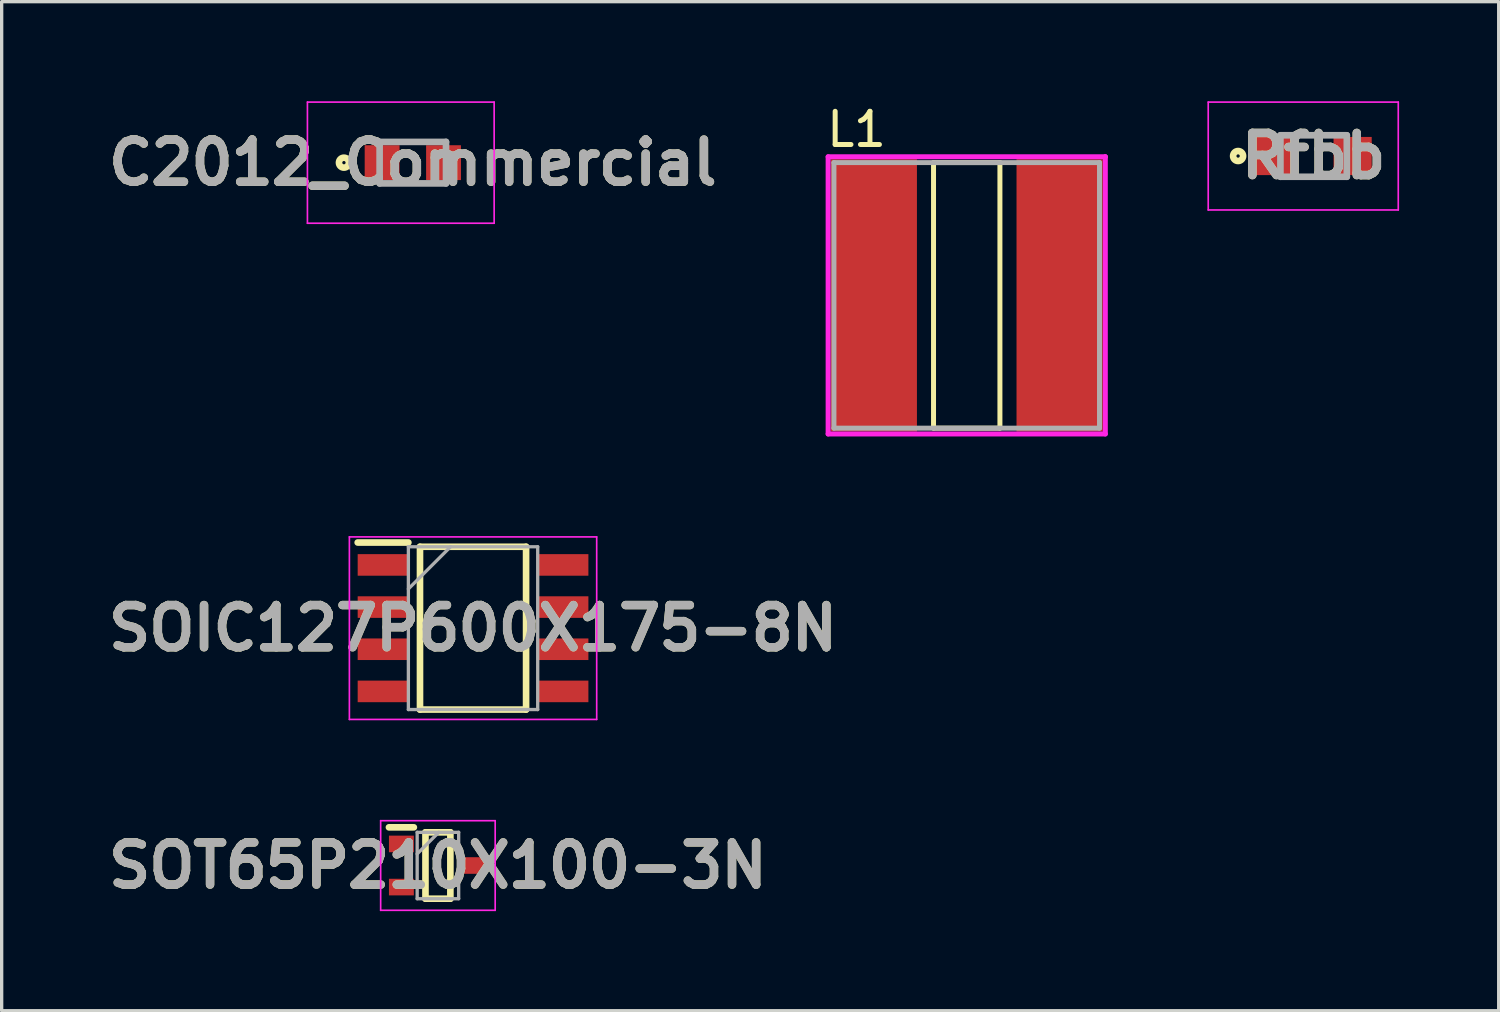
<source format=kicad_pcb>
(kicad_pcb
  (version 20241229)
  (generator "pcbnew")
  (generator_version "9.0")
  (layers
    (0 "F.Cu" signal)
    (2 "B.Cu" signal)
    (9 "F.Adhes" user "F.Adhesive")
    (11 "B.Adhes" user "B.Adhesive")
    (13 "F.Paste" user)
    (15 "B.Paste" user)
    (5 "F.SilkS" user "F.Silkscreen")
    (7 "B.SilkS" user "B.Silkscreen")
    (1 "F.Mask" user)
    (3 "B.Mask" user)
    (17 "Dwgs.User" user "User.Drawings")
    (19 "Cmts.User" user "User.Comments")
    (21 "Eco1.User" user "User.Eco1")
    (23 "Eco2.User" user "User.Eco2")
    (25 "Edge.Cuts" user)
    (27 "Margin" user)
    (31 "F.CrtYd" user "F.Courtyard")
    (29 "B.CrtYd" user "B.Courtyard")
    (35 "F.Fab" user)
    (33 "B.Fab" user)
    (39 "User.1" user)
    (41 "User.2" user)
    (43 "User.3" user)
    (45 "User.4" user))
  (footprint "L1"
    (layer "F.Cu")
    (at 26.072 5.848)
    (property "Reference" "L1" (at -4.3 -5 0) (layer "F.SilkS") (effects (font (size 1 1) (thickness 0.15)) (justify left)))
    (attr through_hole)
    (fp_line (start -1 -4) (end 1 -4) (stroke (width 0.15) (type solid)) (layer "F.SilkS"))
    (fp_line (start -1 4) (end -1 -4) (stroke (width 0.15) (type solid)) (layer "F.SilkS"))
    (fp_line (start 1 -4) (end 1 4) (stroke (width 0.15) (type solid)) (layer "F.SilkS"))
    (fp_line (start 1 4) (end -1 4) (stroke (width 0.15) (type solid)) (layer "F.SilkS"))
    (fp_line (start -4.175 -4.175) (end -4.175 4.175) (stroke (width 0.15) (type solid)) (layer "F.CrtYd"))
    (fp_line (start -4.175 4.175) (end 4.175 4.175) (stroke (width 0.15) (type solid)) (layer "F.CrtYd"))
    (fp_line (start 4.175 -4.175) (end -4.175 -4.175) (stroke (width 0.15) (type solid)) (layer "F.CrtYd"))
    (fp_line (start 4.175 -4.175) (end 4.175 -4.175) (stroke (width 0.15) (type solid)) (layer "F.CrtYd"))
    (fp_line (start 4.175 4.175) (end 4.175 -4.175) (stroke (width 0.15) (type solid)) (layer "F.CrtYd"))
    (fp_line (start -4 -4) (end 4 -4) (stroke (width 0.15) (type solid)) (layer "F.Fab"))
    (fp_line (start -4 4) (end -4 -4) (stroke (width 0.15) (type solid)) (layer "F.Fab"))
    (fp_line (start 4 -4) (end 4 4) (stroke (width 0.15) (type solid)) (layer "F.Fab"))
    (fp_line (start 4 4) (end -4 4) (stroke (width 0.15) (type solid)) (layer "F.Fab"))
    (pad "1" smd rect (at -2.8 0.000001) (size 2.6 8.2) (layers "F.Cu" "F.Mask" "F.Paste"))
    (pad "2" smd rect (at 2.8 0.000001) (size 2.6 8.2) (layers "F.Cu" "F.Mask" "F.Paste")))
  (footprint "SOIC127P600X175-8N"
    (layer "F.Cu")
    (at 11.2 15.873)
    (property "Reference" "SOIC127P600X175-8N" (at 0 0 0) (layer "F.SilkS") (effects (font (size 1.27 1.27) (thickness 0.254))))
    (attr smd)
    (fp_line (start -3.475 -2.58) (end -1.948 -2.58) (stroke (width 0.2) (type solid)) (layer "F.SilkS"))
    (fp_line (start -1.598 -2.452) (end 1.598 -2.452) (stroke (width 0.2) (type solid)) (layer "F.SilkS"))
    (fp_line (start -1.598 2.452) (end -1.598 -2.452) (stroke (width 0.2) (type solid)) (layer "F.SilkS"))
    (fp_line (start 1.598 -2.452) (end 1.598 2.452) (stroke (width 0.2) (type solid)) (layer "F.SilkS"))
    (fp_line (start 1.598 2.452) (end -1.598 2.452) (stroke (width 0.2) (type solid)) (layer "F.SilkS"))
    (fp_line (start -3.725 -2.75) (end 3.725 -2.75) (stroke (width 0.05) (type solid)) (layer "F.CrtYd"))
    (fp_line (start -3.725 2.75) (end -3.725 -2.75) (stroke (width 0.05) (type solid)) (layer "F.CrtYd"))
    (fp_line (start 3.725 -2.75) (end 3.725 2.75) (stroke (width 0.05) (type solid)) (layer "F.CrtYd"))
    (fp_line (start 3.725 2.75) (end -3.725 2.75) (stroke (width 0.05) (type solid)) (layer "F.CrtYd"))
    (fp_line (start -1.948 -2.452) (end 1.948 -2.452) (stroke (width 0.1) (type solid)) (layer "F.Fab"))
    (fp_line (start -1.948 -1.182) (end -0.678 -2.452) (stroke (width 0.1) (type solid)) (layer "F.Fab"))
    (fp_line (start -1.948 2.452) (end -1.948 -2.452) (stroke (width 0.1) (type solid)) (layer "F.Fab"))
    (fp_line (start 1.948 -2.452) (end 1.948 2.452) (stroke (width 0.1) (type solid)) (layer "F.Fab"))
    (fp_line (start 1.948 2.452) (end -1.948 2.452) (stroke (width 0.1) (type solid)) (layer "F.Fab"))
    (fp_text user "${REFERENCE}" (at 0 0 0) (layer "F.Fab") (effects (font (size 1.27 1.27) (thickness 0.254))))
    (pad "1" smd rect (at -2.711 -1.905 90) (size 0.65 1.528) (layers "F.Cu" "F.Mask" "F.Paste"))
    (pad "2" smd rect (at -2.711 -0.635 90) (size 0.65 1.528) (layers "F.Cu" "F.Mask" "F.Paste"))
    (pad "3" smd rect (at -2.711 0.635 90) (size 0.65 1.528) (layers "F.Cu" "F.Mask" "F.Paste"))
    (pad "4" smd rect (at -2.711 1.905 90) (size 0.65 1.528) (layers "F.Cu" "F.Mask" "F.Paste"))
    (pad "5" smd rect (at 2.711 1.905 90) (size 0.65 1.528) (layers "F.Cu" "F.Mask" "F.Paste"))
    (pad "6" smd rect (at 2.711 0.635 90) (size 0.65 1.528) (layers "F.Cu" "F.Mask" "F.Paste"))
    (pad "7" smd rect (at 2.711 -0.635 90) (size 0.65 1.528) (layers "F.Cu" "F.Mask" "F.Paste"))
    (pad "8" smd rect (at 2.711 -1.905 90) (size 0.65 1.528) (layers "F.Cu" "F.Mask" "F.Paste")))
  (footprint "Rfbb"
    (layer "F.Cu")
    (at 36.522 1.65)
    (property "Reference" "Rfbb" (at 0 0 0) (layer "F.SilkS") (effects (font (size 1.27 1.27) (thickness 0.254))))
    (attr smd)
    (fp_circle (center -2.275 0) (end -2.275 0.05) (stroke (width 0.2) (type solid)) (fill no) (layer "F.SilkS"))
    (fp_line (start -3.175 -1.625) (end 2.55 -1.625) (stroke (width 0.05) (type solid)) (layer "F.CrtYd"))
    (fp_line (start -3.175 1.625) (end -3.175 -1.625) (stroke (width 0.05) (type solid)) (layer "F.CrtYd"))
    (fp_line (start 2.55 -1.625) (end 2.55 1.625) (stroke (width 0.05) (type solid)) (layer "F.CrtYd"))
    (fp_line (start 2.55 1.625) (end -3.175 1.625) (stroke (width 0.05) (type solid)) (layer "F.CrtYd"))
    (fp_line (start -1 -0.625) (end 1 -0.625) (stroke (width 0.2) (type solid)) (layer "F.Fab"))
    (fp_line (start -1 0.625) (end -1 -0.625) (stroke (width 0.2) (type solid)) (layer "F.Fab"))
    (fp_line (start 1 -0.625) (end 1 0.625) (stroke (width 0.2) (type solid)) (layer "F.Fab"))
    (fp_line (start 1 0.625) (end -1 0.625) (stroke (width 0.2) (type solid)) (layer "F.Fab"))
    (fp_text user "${REFERENCE}" (at 0 0 0) (layer "F.Fab") (effects (font (size 1.27 1.27) (thickness 0.254))))
    (pad "1" smd rect (at -1.175 0 90) (size 1.15 1.15) (layers "F.Cu" "F.Mask" "F.Paste"))
    (pad "2" smd rect (at 1.175 0 90) (size 1.15 1.15) (layers "F.Cu" "F.Mask" "F.Paste")))
  (footprint "C2012_Commercial"
    (layer "F.Cu")
    (at 9.386 1.85)
    (property "Reference" "C2012_Commercial" (at 0 0 0) (layer "F.SilkS") (effects (font (size 1.27 1.27) (thickness 0.254))))
    (attr smd)
    (fp_circle (center -2.075 0) (end -2.075 0.05) (stroke (width 0.2) (type solid)) (fill no) (layer "F.SilkS"))
    (fp_line (start -3.175 -1.825) (end 2.45 -1.825) (stroke (width 0.05) (type solid)) (layer "F.CrtYd"))
    (fp_line (start -3.175 1.825) (end -3.175 -1.825) (stroke (width 0.05) (type solid)) (layer "F.CrtYd"))
    (fp_line (start 2.45 -1.825) (end 2.45 1.825) (stroke (width 0.05) (type solid)) (layer "F.CrtYd"))
    (fp_line (start 2.45 1.825) (end -3.175 1.825) (stroke (width 0.05) (type solid)) (layer "F.CrtYd"))
    (fp_line (start -1 -0.625) (end 1 -0.625) (stroke (width 0.2) (type solid)) (layer "F.Fab"))
    (fp_line (start -1 0.625) (end -1 -0.625) (stroke (width 0.2) (type solid)) (layer "F.Fab"))
    (fp_line (start 1 -0.625) (end 1 0.625) (stroke (width 0.2) (type solid)) (layer "F.Fab"))
    (fp_line (start 1 0.625) (end -1 0.625) (stroke (width 0.2) (type solid)) (layer "F.Fab"))
    (fp_text user "${REFERENCE}" (at 0 0 0) (layer "F.Fab") (effects (font (size 1.27 1.27) (thickness 0.254))))
    (pad "1" smd rect (at -0.925 0 90) (size 1.05 1.05) (layers "F.Cu" "F.Mask" "F.Paste"))
    (pad "2" smd rect (at 0.925 0 90) (size 1.05 1.05) (layers "F.Cu" "F.Mask" "F.Paste")))
  (footprint "SOT65P210X100-3N"
    (layer "F.Cu")
    (at 10.142 23.023)
    (property "Reference" "SOT65P210X100-3N" (at 0 0 0) (layer "F.SilkS") (effects (font (size 1.27 1.27) (thickness 0.254))))
    (attr smd)
    (fp_line (start -1.475 -1.15) (end -0.725 -1.15) (stroke (width 0.2) (type solid)) (layer "F.SilkS"))
    (fp_line (start -0.375 -1) (end 0.375 -1) (stroke (width 0.2) (type solid)) (layer "F.SilkS"))
    (fp_line (start -0.375 1) (end -0.375 -1) (stroke (width 0.2) (type solid)) (layer "F.SilkS"))
    (fp_line (start 0.375 -1) (end 0.375 1) (stroke (width 0.2) (type solid)) (layer "F.SilkS"))
    (fp_line (start 0.375 1) (end -0.375 1) (stroke (width 0.2) (type solid)) (layer "F.SilkS"))
    (fp_line (start -1.725 -1.35) (end 1.725 -1.35) (stroke (width 0.05) (type solid)) (layer "F.CrtYd"))
    (fp_line (start -1.725 1.35) (end -1.725 -1.35) (stroke (width 0.05) (type solid)) (layer "F.CrtYd"))
    (fp_line (start 1.725 -1.35) (end 1.725 1.35) (stroke (width 0.05) (type solid)) (layer "F.CrtYd"))
    (fp_line (start 1.725 1.35) (end -1.725 1.35) (stroke (width 0.05) (type solid)) (layer "F.CrtYd"))
    (fp_line (start -0.625 -1) (end 0.625 -1) (stroke (width 0.1) (type solid)) (layer "F.Fab"))
    (fp_line (start -0.625 -0.35) (end 0.025 -1) (stroke (width 0.1) (type solid)) (layer "F.Fab"))
    (fp_line (start -0.625 1) (end -0.625 -1) (stroke (width 0.1) (type solid)) (layer "F.Fab"))
    (fp_line (start 0.625 -1) (end 0.625 1) (stroke (width 0.1) (type solid)) (layer "F.Fab"))
    (fp_line (start 0.625 1) (end -0.625 1) (stroke (width 0.1) (type solid)) (layer "F.Fab"))
    (fp_text user "${REFERENCE}" (at 0 0 0) (layer "F.Fab") (effects (font (size 1.27 1.27) (thickness 0.254))))
    (pad "1" smd rect (at -1.1 -0.65 90) (size 0.5 0.75) (layers "F.Cu" "F.Mask" "F.Paste"))
    (pad "2" smd rect (at -1.1 0.65 90) (size 0.5 0.75) (layers "F.Cu" "F.Mask" "F.Paste"))
    (pad "3" smd rect (at 1.1 0 90) (size 0.5 0.75) (layers "F.Cu" "F.Mask" "F.Paste")))
  (gr_rect
    (start -3 -3)
    (end 42.097 27.398)
    (stroke (width 0.1) (type default))
    (fill no)
    (layer "Edge.Cuts")))
</source>
